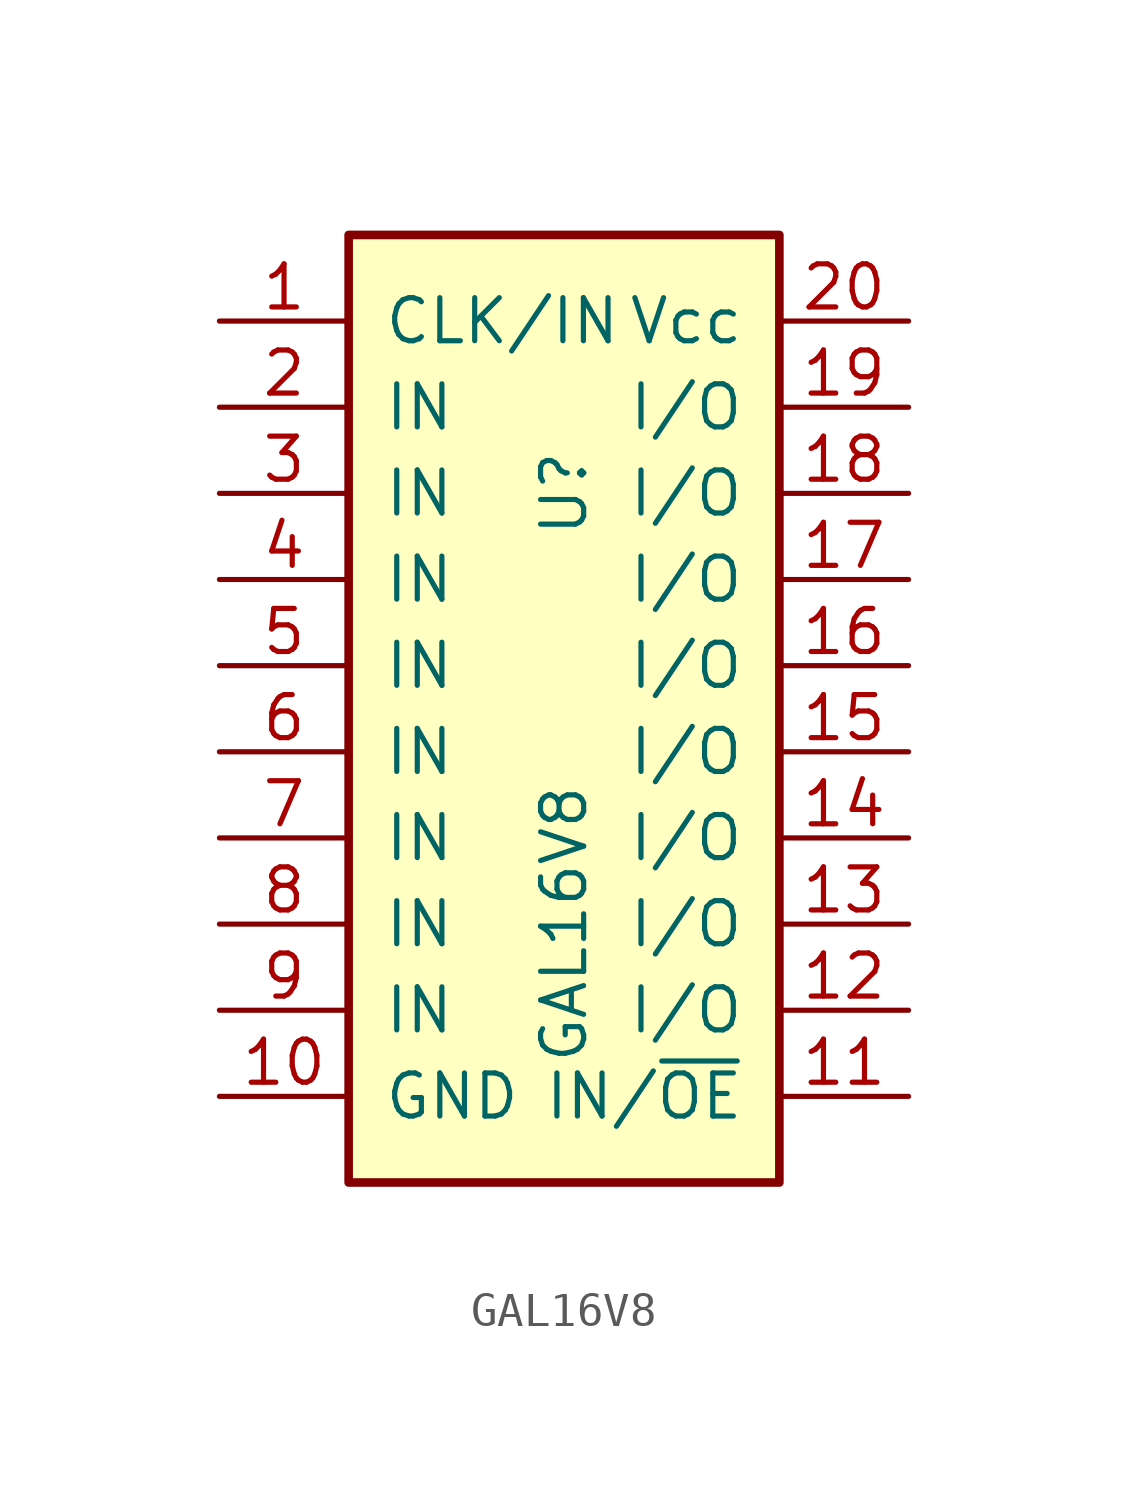
<source format=kicad_sym>
(kicad_symbol_lib
  (version 20220914)
  (generator kicad_symbol_editor)
  (symbol "GAL16V8"
    (pin_names
      (offset 1.016))
    (property "Reference" "U"
      (at 0 6.35 90)
      (effects (font (size 1.27 1.27))))
    (property "Value" "GAL16V8"
      (at 0 -6.35 90)
      (effects (font (size 1.27 1.27))))
    (symbol "GAL16V8_0_1"
      (rectangle (start -6.35 13.97) (end 6.35 -13.97) (stroke (width 0.254) (type default)) (fill (type background))))
    (symbol "GAL16V8_1_1"
      (pin input line (at -10.16 11.43 0) (length 3.81) (name "CLK/IN" (effects (font (size 1.27 1.27)))) (number "1" (effects (font (size 1.27 1.27)))))
      (pin power_in line (at -10.16 -11.43 0) (length 3.81) (name "GND" (effects (font (size 1.27 1.27)))) (number "10" (effects (font (size 1.27 1.27)))))
      (pin input line (at 10.16 -11.43 180) (length 3.81) (name "IN/~{OE}" (effects (font (size 1.27 1.27)))) (number "11" (effects (font (size 1.27 1.27)))))
      (pin bidirectional line (at 10.16 -8.89 180) (length 3.81) (name "I/O" (effects (font (size 1.27 1.27)))) (number "12" (effects (font (size 1.27 1.27)))))
      (pin bidirectional line (at 10.16 -6.35 180) (length 3.81) (name "I/O" (effects (font (size 1.27 1.27)))) (number "13" (effects (font (size 1.27 1.27)))))
      (pin bidirectional line (at 10.16 -3.81 180) (length 3.81) (name "I/O" (effects (font (size 1.27 1.27)))) (number "14" (effects (font (size 1.27 1.27)))))
      (pin bidirectional line (at 10.16 -1.27 180) (length 3.81) (name "I/O" (effects (font (size 1.27 1.27)))) (number "15" (effects (font (size 1.27 1.27)))))
      (pin bidirectional line (at 10.16 1.27 180) (length 3.81) (name "I/O" (effects (font (size 1.27 1.27)))) (number "16" (effects (font (size 1.27 1.27)))))
      (pin bidirectional line (at 10.16 3.81 180) (length 3.81) (name "I/O" (effects (font (size 1.27 1.27)))) (number "17" (effects (font (size 1.27 1.27)))))
      (pin bidirectional line (at 10.16 6.35 180) (length 3.81) (name "I/O" (effects (font (size 1.27 1.27)))) (number "18" (effects (font (size 1.27 1.27)))))
      (pin bidirectional line (at 10.16 8.89 180) (length 3.81) (name "I/O" (effects (font (size 1.27 1.27)))) (number "19" (effects (font (size 1.27 1.27)))))
      (pin input line (at -10.16 8.89 0) (length 3.81) (name "IN" (effects (font (size 1.27 1.27)))) (number "2" (effects (font (size 1.27 1.27)))))
      (pin power_in line (at 10.16 11.43 180) (length 3.81) (name "Vcc" (effects (font (size 1.27 1.27)))) (number "20" (effects (font (size 1.27 1.27)))))
      (pin input line (at -10.16 6.35 0) (length 3.81) (name "IN" (effects (font (size 1.27 1.27)))) (number "3" (effects (font (size 1.27 1.27)))))
      (pin input line (at -10.16 3.81 0) (length 3.81) (name "IN" (effects (font (size 1.27 1.27)))) (number "4" (effects (font (size 1.27 1.27)))))
      (pin input line (at -10.16 1.27 0) (length 3.81) (name "IN" (effects (font (size 1.27 1.27)))) (number "5" (effects (font (size 1.27 1.27)))))
      (pin input line (at -10.16 -1.27 0) (length 3.81) (name "IN" (effects (font (size 1.27 1.27)))) (number "6" (effects (font (size 1.27 1.27)))))
      (pin input line (at -10.16 -3.81 0) (length 3.81) (name "IN" (effects (font (size 1.27 1.27)))) (number "7" (effects (font (size 1.27 1.27)))))
      (pin input line (at -10.16 -6.35 0) (length 3.81) (name "IN" (effects (font (size 1.27 1.27)))) (number "8" (effects (font (size 1.27 1.27)))))
      (pin input line (at -10.16 -8.89 0) (length 3.81) (name "IN" (effects (font (size 1.27 1.27)))) (number "9" (effects (font (size 1.27 1.27))))))))
</source>
